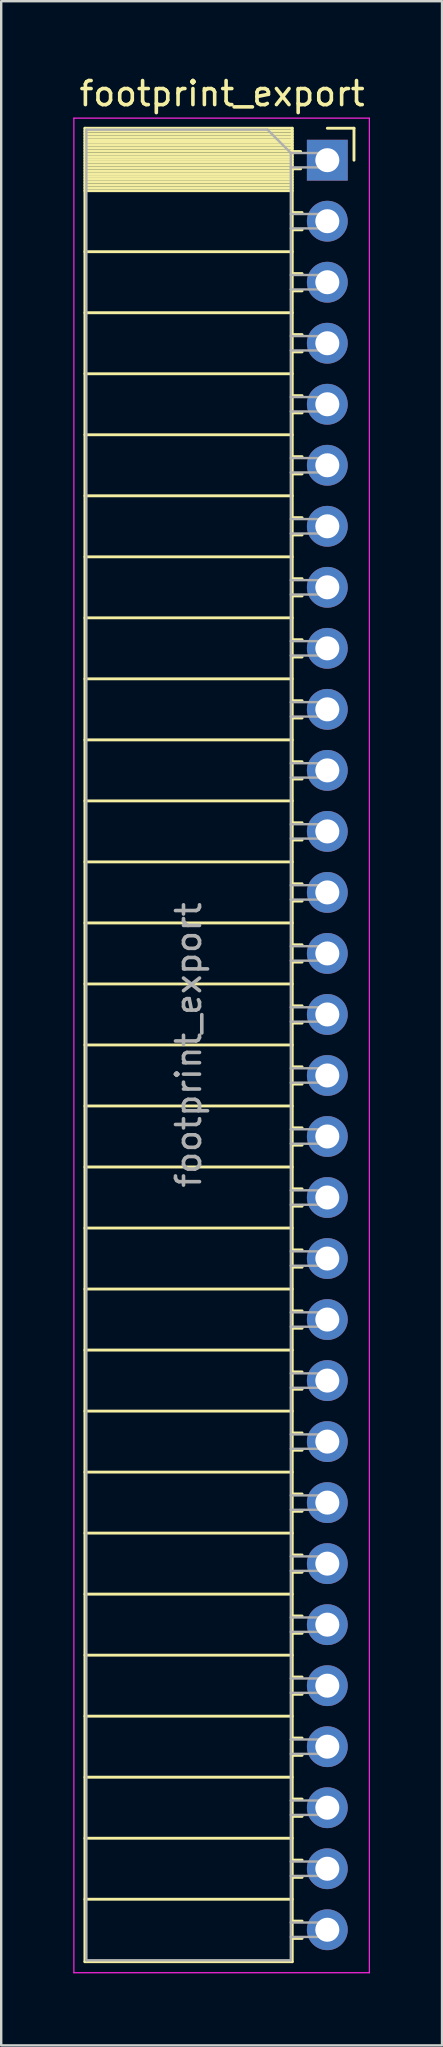
<source format=kicad_pcb>
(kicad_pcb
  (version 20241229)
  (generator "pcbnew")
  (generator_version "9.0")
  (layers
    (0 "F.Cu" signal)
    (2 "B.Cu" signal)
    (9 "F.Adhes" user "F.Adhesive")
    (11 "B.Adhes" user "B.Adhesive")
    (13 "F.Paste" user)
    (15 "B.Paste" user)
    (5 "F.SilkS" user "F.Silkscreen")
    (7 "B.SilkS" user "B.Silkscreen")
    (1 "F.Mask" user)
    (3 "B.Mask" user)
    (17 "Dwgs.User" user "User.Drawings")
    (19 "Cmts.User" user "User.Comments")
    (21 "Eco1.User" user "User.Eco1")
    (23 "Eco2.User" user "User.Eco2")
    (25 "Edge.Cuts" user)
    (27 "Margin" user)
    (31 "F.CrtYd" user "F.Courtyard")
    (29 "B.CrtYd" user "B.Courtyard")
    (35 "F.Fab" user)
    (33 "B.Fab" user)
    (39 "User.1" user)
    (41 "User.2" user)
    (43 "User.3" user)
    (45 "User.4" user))
  (footprint "footprint_export"
    (layer "F.Cu")
    (at 10.575 3.618)
    (property "Reference" "footprint_export" (at -4.38 -2.77 0) (layer "F.SilkS") (effects (font (size 1 1) (thickness 0.15))))
    (attr through_hole)
    (fp_line (start -10.09 -1.33) (end -10.09 74.99) (stroke (width 0.12) (type solid)) (layer "F.SilkS"))
    (fp_line (start -10.09 -1.33) (end -1.46 -1.33) (stroke (width 0.12) (type solid)) (layer "F.SilkS"))
    (fp_line (start -10.09 -1.21) (end -1.46 -1.21) (stroke (width 0.12) (type solid)) (layer "F.SilkS"))
    (fp_line (start -10.09 -1.092) (end -1.46 -1.092) (stroke (width 0.12) (type solid)) (layer "F.SilkS"))
    (fp_line (start -10.09 -0.974) (end -1.46 -0.974) (stroke (width 0.12) (type solid)) (layer "F.SilkS"))
    (fp_line (start -10.09 -0.856) (end -1.46 -0.856) (stroke (width 0.12) (type solid)) (layer "F.SilkS"))
    (fp_line (start -10.09 -0.738) (end -1.46 -0.738) (stroke (width 0.12) (type solid)) (layer "F.SilkS"))
    (fp_line (start -10.09 -0.62) (end -1.46 -0.62) (stroke (width 0.12) (type solid)) (layer "F.SilkS"))
    (fp_line (start -10.09 -0.501) (end -1.46 -0.501) (stroke (width 0.12) (type solid)) (layer "F.SilkS"))
    (fp_line (start -10.09 -0.383) (end -1.46 -0.383) (stroke (width 0.12) (type solid)) (layer "F.SilkS"))
    (fp_line (start -10.09 -0.265) (end -1.46 -0.265) (stroke (width 0.12) (type solid)) (layer "F.SilkS"))
    (fp_line (start -10.09 -0.147) (end -1.46 -0.147) (stroke (width 0.12) (type solid)) (layer "F.SilkS"))
    (fp_line (start -10.09 -0.029) (end -1.46 -0.029) (stroke (width 0.12) (type solid)) (layer "F.SilkS"))
    (fp_line (start -10.09 0.089) (end -1.46 0.089) (stroke (width 0.12) (type solid)) (layer "F.SilkS"))
    (fp_line (start -10.09 0.207) (end -1.46 0.207) (stroke (width 0.12) (type solid)) (layer "F.SilkS"))
    (fp_line (start -10.09 0.325) (end -1.46 0.325) (stroke (width 0.12) (type solid)) (layer "F.SilkS"))
    (fp_line (start -10.09 0.443) (end -1.46 0.443) (stroke (width 0.12) (type solid)) (layer "F.SilkS"))
    (fp_line (start -10.09 0.561) (end -1.46 0.561) (stroke (width 0.12) (type solid)) (layer "F.SilkS"))
    (fp_line (start -10.09 0.68) (end -1.46 0.68) (stroke (width 0.12) (type solid)) (layer "F.SilkS"))
    (fp_line (start -10.09 0.798) (end -1.46 0.798) (stroke (width 0.12) (type solid)) (layer "F.SilkS"))
    (fp_line (start -10.09 0.916) (end -1.46 0.916) (stroke (width 0.12) (type solid)) (layer "F.SilkS"))
    (fp_line (start -10.09 1.034) (end -1.46 1.034) (stroke (width 0.12) (type solid)) (layer "F.SilkS"))
    (fp_line (start -10.09 1.152) (end -1.46 1.152) (stroke (width 0.12) (type solid)) (layer "F.SilkS"))
    (fp_line (start -10.09 1.27) (end -1.46 1.27) (stroke (width 0.12) (type solid)) (layer "F.SilkS"))
    (fp_line (start -10.09 3.81) (end -1.46 3.81) (stroke (width 0.12) (type solid)) (layer "F.SilkS"))
    (fp_line (start -10.09 6.35) (end -1.46 6.35) (stroke (width 0.12) (type solid)) (layer "F.SilkS"))
    (fp_line (start -10.09 8.89) (end -1.46 8.89) (stroke (width 0.12) (type solid)) (layer "F.SilkS"))
    (fp_line (start -10.09 11.43) (end -1.46 11.43) (stroke (width 0.12) (type solid)) (layer "F.SilkS"))
    (fp_line (start -10.09 13.97) (end -1.46 13.97) (stroke (width 0.12) (type solid)) (layer "F.SilkS"))
    (fp_line (start -10.09 16.51) (end -1.46 16.51) (stroke (width 0.12) (type solid)) (layer "F.SilkS"))
    (fp_line (start -10.09 19.05) (end -1.46 19.05) (stroke (width 0.12) (type solid)) (layer "F.SilkS"))
    (fp_line (start -10.09 21.59) (end -1.46 21.59) (stroke (width 0.12) (type solid)) (layer "F.SilkS"))
    (fp_line (start -10.09 24.13) (end -1.46 24.13) (stroke (width 0.12) (type solid)) (layer "F.SilkS"))
    (fp_line (start -10.09 26.67) (end -1.46 26.67) (stroke (width 0.12) (type solid)) (layer "F.SilkS"))
    (fp_line (start -10.09 29.21) (end -1.46 29.21) (stroke (width 0.12) (type solid)) (layer "F.SilkS"))
    (fp_line (start -10.09 31.75) (end -1.46 31.75) (stroke (width 0.12) (type solid)) (layer "F.SilkS"))
    (fp_line (start -10.09 34.29) (end -1.46 34.29) (stroke (width 0.12) (type solid)) (layer "F.SilkS"))
    (fp_line (start -10.09 36.83) (end -1.46 36.83) (stroke (width 0.12) (type solid)) (layer "F.SilkS"))
    (fp_line (start -10.09 39.37) (end -1.46 39.37) (stroke (width 0.12) (type solid)) (layer "F.SilkS"))
    (fp_line (start -10.09 41.91) (end -1.46 41.91) (stroke (width 0.12) (type solid)) (layer "F.SilkS"))
    (fp_line (start -10.09 44.45) (end -1.46 44.45) (stroke (width 0.12) (type solid)) (layer "F.SilkS"))
    (fp_line (start -10.09 46.99) (end -1.46 46.99) (stroke (width 0.12) (type solid)) (layer "F.SilkS"))
    (fp_line (start -10.09 49.53) (end -1.46 49.53) (stroke (width 0.12) (type solid)) (layer "F.SilkS"))
    (fp_line (start -10.09 52.07) (end -1.46 52.07) (stroke (width 0.12) (type solid)) (layer "F.SilkS"))
    (fp_line (start -10.09 54.61) (end -1.46 54.61) (stroke (width 0.12) (type solid)) (layer "F.SilkS"))
    (fp_line (start -10.09 57.15) (end -1.46 57.15) (stroke (width 0.12) (type solid)) (layer "F.SilkS"))
    (fp_line (start -10.09 59.69) (end -1.46 59.69) (stroke (width 0.12) (type solid)) (layer "F.SilkS"))
    (fp_line (start -10.09 62.23) (end -1.46 62.23) (stroke (width 0.12) (type solid)) (layer "F.SilkS"))
    (fp_line (start -10.09 64.77) (end -1.46 64.77) (stroke (width 0.12) (type solid)) (layer "F.SilkS"))
    (fp_line (start -10.09 67.31) (end -1.46 67.31) (stroke (width 0.12) (type solid)) (layer "F.SilkS"))
    (fp_line (start -10.09 69.85) (end -1.46 69.85) (stroke (width 0.12) (type solid)) (layer "F.SilkS"))
    (fp_line (start -10.09 72.39) (end -1.46 72.39) (stroke (width 0.12) (type solid)) (layer "F.SilkS"))
    (fp_line (start -10.09 74.99) (end -1.46 74.99) (stroke (width 0.12) (type solid)) (layer "F.SilkS"))
    (fp_line (start -1.46 -1.33) (end -1.46 74.99) (stroke (width 0.12) (type solid)) (layer "F.SilkS"))
    (fp_line (start -1.46 -0.36) (end -1.11 -0.36) (stroke (width 0.12) (type solid)) (layer "F.SilkS"))
    (fp_line (start -1.46 0.36) (end -1.11 0.36) (stroke (width 0.12) (type solid)) (layer "F.SilkS"))
    (fp_line (start -1.46 2.18) (end -1.05 2.18) (stroke (width 0.12) (type solid)) (layer "F.SilkS"))
    (fp_line (start -1.46 2.9) (end -1.05 2.9) (stroke (width 0.12) (type solid)) (layer "F.SilkS"))
    (fp_line (start -1.46 4.72) (end -1.05 4.72) (stroke (width 0.12) (type solid)) (layer "F.SilkS"))
    (fp_line (start -1.46 5.44) (end -1.05 5.44) (stroke (width 0.12) (type solid)) (layer "F.SilkS"))
    (fp_line (start -1.46 7.26) (end -1.05 7.26) (stroke (width 0.12) (type solid)) (layer "F.SilkS"))
    (fp_line (start -1.46 7.98) (end -1.05 7.98) (stroke (width 0.12) (type solid)) (layer "F.SilkS"))
    (fp_line (start -1.46 9.8) (end -1.05 9.8) (stroke (width 0.12) (type solid)) (layer "F.SilkS"))
    (fp_line (start -1.46 10.52) (end -1.05 10.52) (stroke (width 0.12) (type solid)) (layer "F.SilkS"))
    (fp_line (start -1.46 12.34) (end -1.05 12.34) (stroke (width 0.12) (type solid)) (layer "F.SilkS"))
    (fp_line (start -1.46 13.06) (end -1.05 13.06) (stroke (width 0.12) (type solid)) (layer "F.SilkS"))
    (fp_line (start -1.46 14.88) (end -1.05 14.88) (stroke (width 0.12) (type solid)) (layer "F.SilkS"))
    (fp_line (start -1.46 15.6) (end -1.05 15.6) (stroke (width 0.12) (type solid)) (layer "F.SilkS"))
    (fp_line (start -1.46 17.42) (end -1.05 17.42) (stroke (width 0.12) (type solid)) (layer "F.SilkS"))
    (fp_line (start -1.46 18.14) (end -1.05 18.14) (stroke (width 0.12) (type solid)) (layer "F.SilkS"))
    (fp_line (start -1.46 19.96) (end -1.05 19.96) (stroke (width 0.12) (type solid)) (layer "F.SilkS"))
    (fp_line (start -1.46 20.68) (end -1.05 20.68) (stroke (width 0.12) (type solid)) (layer "F.SilkS"))
    (fp_line (start -1.46 22.5) (end -1.05 22.5) (stroke (width 0.12) (type solid)) (layer "F.SilkS"))
    (fp_line (start -1.46 23.22) (end -1.05 23.22) (stroke (width 0.12) (type solid)) (layer "F.SilkS"))
    (fp_line (start -1.46 25.04) (end -1.05 25.04) (stroke (width 0.12) (type solid)) (layer "F.SilkS"))
    (fp_line (start -1.46 25.76) (end -1.05 25.76) (stroke (width 0.12) (type solid)) (layer "F.SilkS"))
    (fp_line (start -1.46 27.58) (end -1.05 27.58) (stroke (width 0.12) (type solid)) (layer "F.SilkS"))
    (fp_line (start -1.46 28.3) (end -1.05 28.3) (stroke (width 0.12) (type solid)) (layer "F.SilkS"))
    (fp_line (start -1.46 30.12) (end -1.05 30.12) (stroke (width 0.12) (type solid)) (layer "F.SilkS"))
    (fp_line (start -1.46 30.84) (end -1.05 30.84) (stroke (width 0.12) (type solid)) (layer "F.SilkS"))
    (fp_line (start -1.46 32.66) (end -1.05 32.66) (stroke (width 0.12) (type solid)) (layer "F.SilkS"))
    (fp_line (start -1.46 33.38) (end -1.05 33.38) (stroke (width 0.12) (type solid)) (layer "F.SilkS"))
    (fp_line (start -1.46 35.2) (end -1.05 35.2) (stroke (width 0.12) (type solid)) (layer "F.SilkS"))
    (fp_line (start -1.46 35.92) (end -1.05 35.92) (stroke (width 0.12) (type solid)) (layer "F.SilkS"))
    (fp_line (start -1.46 37.74) (end -1.05 37.74) (stroke (width 0.12) (type solid)) (layer "F.SilkS"))
    (fp_line (start -1.46 38.46) (end -1.05 38.46) (stroke (width 0.12) (type solid)) (layer "F.SilkS"))
    (fp_line (start -1.46 40.28) (end -1.05 40.28) (stroke (width 0.12) (type solid)) (layer "F.SilkS"))
    (fp_line (start -1.46 41) (end -1.05 41) (stroke (width 0.12) (type solid)) (layer "F.SilkS"))
    (fp_line (start -1.46 42.82) (end -1.05 42.82) (stroke (width 0.12) (type solid)) (layer "F.SilkS"))
    (fp_line (start -1.46 43.54) (end -1.05 43.54) (stroke (width 0.12) (type solid)) (layer "F.SilkS"))
    (fp_line (start -1.46 45.36) (end -1.05 45.36) (stroke (width 0.12) (type solid)) (layer "F.SilkS"))
    (fp_line (start -1.46 46.08) (end -1.05 46.08) (stroke (width 0.12) (type solid)) (layer "F.SilkS"))
    (fp_line (start -1.46 47.9) (end -1.05 47.9) (stroke (width 0.12) (type solid)) (layer "F.SilkS"))
    (fp_line (start -1.46 48.62) (end -1.05 48.62) (stroke (width 0.12) (type solid)) (layer "F.SilkS"))
    (fp_line (start -1.46 50.44) (end -1.05 50.44) (stroke (width 0.12) (type solid)) (layer "F.SilkS"))
    (fp_line (start -1.46 51.16) (end -1.05 51.16) (stroke (width 0.12) (type solid)) (layer "F.SilkS"))
    (fp_line (start -1.46 52.98) (end -1.05 52.98) (stroke (width 0.12) (type solid)) (layer "F.SilkS"))
    (fp_line (start -1.46 53.7) (end -1.05 53.7) (stroke (width 0.12) (type solid)) (layer "F.SilkS"))
    (fp_line (start -1.46 55.52) (end -1.05 55.52) (stroke (width 0.12) (type solid)) (layer "F.SilkS"))
    (fp_line (start -1.46 56.24) (end -1.05 56.24) (stroke (width 0.12) (type solid)) (layer "F.SilkS"))
    (fp_line (start -1.46 58.06) (end -1.05 58.06) (stroke (width 0.12) (type solid)) (layer "F.SilkS"))
    (fp_line (start -1.46 58.78) (end -1.05 58.78) (stroke (width 0.12) (type solid)) (layer "F.SilkS"))
    (fp_line (start -1.46 60.6) (end -1.05 60.6) (stroke (width 0.12) (type solid)) (layer "F.SilkS"))
    (fp_line (start -1.46 61.32) (end -1.05 61.32) (stroke (width 0.12) (type solid)) (layer "F.SilkS"))
    (fp_line (start -1.46 63.14) (end -1.05 63.14) (stroke (width 0.12) (type solid)) (layer "F.SilkS"))
    (fp_line (start -1.46 63.86) (end -1.05 63.86) (stroke (width 0.12) (type solid)) (layer "F.SilkS"))
    (fp_line (start -1.46 65.68) (end -1.05 65.68) (stroke (width 0.12) (type solid)) (layer "F.SilkS"))
    (fp_line (start -1.46 66.4) (end -1.05 66.4) (stroke (width 0.12) (type solid)) (layer "F.SilkS"))
    (fp_line (start -1.46 68.22) (end -1.05 68.22) (stroke (width 0.12) (type solid)) (layer "F.SilkS"))
    (fp_line (start -1.46 68.94) (end -1.05 68.94) (stroke (width 0.12) (type solid)) (layer "F.SilkS"))
    (fp_line (start -1.46 70.76) (end -1.05 70.76) (stroke (width 0.12) (type solid)) (layer "F.SilkS"))
    (fp_line (start -1.46 71.48) (end -1.05 71.48) (stroke (width 0.12) (type solid)) (layer "F.SilkS"))
    (fp_line (start -1.46 73.3) (end -1.05 73.3) (stroke (width 0.12) (type solid)) (layer "F.SilkS"))
    (fp_line (start -1.46 74.02) (end -1.05 74.02) (stroke (width 0.12) (type solid)) (layer "F.SilkS"))
    (fp_line (start 0 -1.33) (end 1.11 -1.33) (stroke (width 0.12) (type solid)) (layer "F.SilkS"))
    (fp_line (start 1.11 -1.33) (end 1.11 0) (stroke (width 0.12) (type solid)) (layer "F.SilkS"))
    (fp_line (start -10.55 -1.75) (end -10.55 75.45) (stroke (width 0.05) (type solid)) (layer "F.CrtYd"))
    (fp_line (start -10.55 75.45) (end 1.75 75.45) (stroke (width 0.05) (type solid)) (layer "F.CrtYd"))
    (fp_line (start 1.75 -1.75) (end -10.55 -1.75) (stroke (width 0.05) (type solid)) (layer "F.CrtYd"))
    (fp_line (start 1.75 75.45) (end 1.75 -1.75) (stroke (width 0.05) (type solid)) (layer "F.CrtYd"))
    (fp_line (start -10.03 -1.27) (end -2.49 -1.27) (stroke (width 0.1) (type solid)) (layer "F.Fab"))
    (fp_line (start -10.03 74.93) (end -10.03 -1.27) (stroke (width 0.1) (type solid)) (layer "F.Fab"))
    (fp_line (start -2.49 -1.27) (end -1.52 -0.3) (stroke (width 0.1) (type solid)) (layer "F.Fab"))
    (fp_line (start -1.52 -0.3) (end -1.52 74.93) (stroke (width 0.1) (type solid)) (layer "F.Fab"))
    (fp_line (start -1.52 0.3) (end 0 0.3) (stroke (width 0.1) (type solid)) (layer "F.Fab"))
    (fp_line (start -1.52 2.84) (end 0 2.84) (stroke (width 0.1) (type solid)) (layer "F.Fab"))
    (fp_line (start -1.52 5.38) (end 0 5.38) (stroke (width 0.1) (type solid)) (layer "F.Fab"))
    (fp_line (start -1.52 7.92) (end 0 7.92) (stroke (width 0.1) (type solid)) (layer "F.Fab"))
    (fp_line (start -1.52 10.46) (end 0 10.46) (stroke (width 0.1) (type solid)) (layer "F.Fab"))
    (fp_line (start -1.52 13) (end 0 13) (stroke (width 0.1) (type solid)) (layer "F.Fab"))
    (fp_line (start -1.52 15.54) (end 0 15.54) (stroke (width 0.1) (type solid)) (layer "F.Fab"))
    (fp_line (start -1.52 18.08) (end 0 18.08) (stroke (width 0.1) (type solid)) (layer "F.Fab"))
    (fp_line (start -1.52 20.62) (end 0 20.62) (stroke (width 0.1) (type solid)) (layer "F.Fab"))
    (fp_line (start -1.52 23.16) (end 0 23.16) (stroke (width 0.1) (type solid)) (layer "F.Fab"))
    (fp_line (start -1.52 25.7) (end 0 25.7) (stroke (width 0.1) (type solid)) (layer "F.Fab"))
    (fp_line (start -1.52 28.24) (end 0 28.24) (stroke (width 0.1) (type solid)) (layer "F.Fab"))
    (fp_line (start -1.52 30.78) (end 0 30.78) (stroke (width 0.1) (type solid)) (layer "F.Fab"))
    (fp_line (start -1.52 33.32) (end 0 33.32) (stroke (width 0.1) (type solid)) (layer "F.Fab"))
    (fp_line (start -1.52 35.86) (end 0 35.86) (stroke (width 0.1) (type solid)) (layer "F.Fab"))
    (fp_line (start -1.52 38.4) (end 0 38.4) (stroke (width 0.1) (type solid)) (layer "F.Fab"))
    (fp_line (start -1.52 40.94) (end 0 40.94) (stroke (width 0.1) (type solid)) (layer "F.Fab"))
    (fp_line (start -1.52 43.48) (end 0 43.48) (stroke (width 0.1) (type solid)) (layer "F.Fab"))
    (fp_line (start -1.52 46.02) (end 0 46.02) (stroke (width 0.1) (type solid)) (layer "F.Fab"))
    (fp_line (start -1.52 48.56) (end 0 48.56) (stroke (width 0.1) (type solid)) (layer "F.Fab"))
    (fp_line (start -1.52 51.1) (end 0 51.1) (stroke (width 0.1) (type solid)) (layer "F.Fab"))
    (fp_line (start -1.52 53.64) (end 0 53.64) (stroke (width 0.1) (type solid)) (layer "F.Fab"))
    (fp_line (start -1.52 56.18) (end 0 56.18) (stroke (width 0.1) (type solid)) (layer "F.Fab"))
    (fp_line (start -1.52 58.72) (end 0 58.72) (stroke (width 0.1) (type solid)) (layer "F.Fab"))
    (fp_line (start -1.52 61.26) (end 0 61.26) (stroke (width 0.1) (type solid)) (layer "F.Fab"))
    (fp_line (start -1.52 63.8) (end 0 63.8) (stroke (width 0.1) (type solid)) (layer "F.Fab"))
    (fp_line (start -1.52 66.34) (end 0 66.34) (stroke (width 0.1) (type solid)) (layer "F.Fab"))
    (fp_line (start -1.52 68.88) (end 0 68.88) (stroke (width 0.1) (type solid)) (layer "F.Fab"))
    (fp_line (start -1.52 71.42) (end 0 71.42) (stroke (width 0.1) (type solid)) (layer "F.Fab"))
    (fp_line (start -1.52 73.96) (end 0 73.96) (stroke (width 0.1) (type solid)) (layer "F.Fab"))
    (fp_line (start -1.52 74.93) (end -10.03 74.93) (stroke (width 0.1) (type solid)) (layer "F.Fab"))
    (fp_line (start 0 -0.3) (end -1.52 -0.3) (stroke (width 0.1) (type solid)) (layer "F.Fab"))
    (fp_line (start 0 0.3) (end 0 -0.3) (stroke (width 0.1) (type solid)) (layer "F.Fab"))
    (fp_line (start 0 2.24) (end -1.52 2.24) (stroke (width 0.1) (type solid)) (layer "F.Fab"))
    (fp_line (start 0 2.84) (end 0 2.24) (stroke (width 0.1) (type solid)) (layer "F.Fab"))
    (fp_line (start 0 4.78) (end -1.52 4.78) (stroke (width 0.1) (type solid)) (layer "F.Fab"))
    (fp_line (start 0 5.38) (end 0 4.78) (stroke (width 0.1) (type solid)) (layer "F.Fab"))
    (fp_line (start 0 7.32) (end -1.52 7.32) (stroke (width 0.1) (type solid)) (layer "F.Fab"))
    (fp_line (start 0 7.92) (end 0 7.32) (stroke (width 0.1) (type solid)) (layer "F.Fab"))
    (fp_line (start 0 9.86) (end -1.52 9.86) (stroke (width 0.1) (type solid)) (layer "F.Fab"))
    (fp_line (start 0 10.46) (end 0 9.86) (stroke (width 0.1) (type solid)) (layer "F.Fab"))
    (fp_line (start 0 12.4) (end -1.52 12.4) (stroke (width 0.1) (type solid)) (layer "F.Fab"))
    (fp_line (start 0 13) (end 0 12.4) (stroke (width 0.1) (type solid)) (layer "F.Fab"))
    (fp_line (start 0 14.94) (end -1.52 14.94) (stroke (width 0.1) (type solid)) (layer "F.Fab"))
    (fp_line (start 0 15.54) (end 0 14.94) (stroke (width 0.1) (type solid)) (layer "F.Fab"))
    (fp_line (start 0 17.48) (end -1.52 17.48) (stroke (width 0.1) (type solid)) (layer "F.Fab"))
    (fp_line (start 0 18.08) (end 0 17.48) (stroke (width 0.1) (type solid)) (layer "F.Fab"))
    (fp_line (start 0 20.02) (end -1.52 20.02) (stroke (width 0.1) (type solid)) (layer "F.Fab"))
    (fp_line (start 0 20.62) (end 0 20.02) (stroke (width 0.1) (type solid)) (layer "F.Fab"))
    (fp_line (start 0 22.56) (end -1.52 22.56) (stroke (width 0.1) (type solid)) (layer "F.Fab"))
    (fp_line (start 0 23.16) (end 0 22.56) (stroke (width 0.1) (type solid)) (layer "F.Fab"))
    (fp_line (start 0 25.1) (end -1.52 25.1) (stroke (width 0.1) (type solid)) (layer "F.Fab"))
    (fp_line (start 0 25.7) (end 0 25.1) (stroke (width 0.1) (type solid)) (layer "F.Fab"))
    (fp_line (start 0 27.64) (end -1.52 27.64) (stroke (width 0.1) (type solid)) (layer "F.Fab"))
    (fp_line (start 0 28.24) (end 0 27.64) (stroke (width 0.1) (type solid)) (layer "F.Fab"))
    (fp_line (start 0 30.18) (end -1.52 30.18) (stroke (width 0.1) (type solid)) (layer "F.Fab"))
    (fp_line (start 0 30.78) (end 0 30.18) (stroke (width 0.1) (type solid)) (layer "F.Fab"))
    (fp_line (start 0 32.72) (end -1.52 32.72) (stroke (width 0.1) (type solid)) (layer "F.Fab"))
    (fp_line (start 0 33.32) (end 0 32.72) (stroke (width 0.1) (type solid)) (layer "F.Fab"))
    (fp_line (start 0 35.26) (end -1.52 35.26) (stroke (width 0.1) (type solid)) (layer "F.Fab"))
    (fp_line (start 0 35.86) (end 0 35.26) (stroke (width 0.1) (type solid)) (layer "F.Fab"))
    (fp_line (start 0 37.8) (end -1.52 37.8) (stroke (width 0.1) (type solid)) (layer "F.Fab"))
    (fp_line (start 0 38.4) (end 0 37.8) (stroke (width 0.1) (type solid)) (layer "F.Fab"))
    (fp_line (start 0 40.34) (end -1.52 40.34) (stroke (width 0.1) (type solid)) (layer "F.Fab"))
    (fp_line (start 0 40.94) (end 0 40.34) (stroke (width 0.1) (type solid)) (layer "F.Fab"))
    (fp_line (start 0 42.88) (end -1.52 42.88) (stroke (width 0.1) (type solid)) (layer "F.Fab"))
    (fp_line (start 0 43.48) (end 0 42.88) (stroke (width 0.1) (type solid)) (layer "F.Fab"))
    (fp_line (start 0 45.42) (end -1.52 45.42) (stroke (width 0.1) (type solid)) (layer "F.Fab"))
    (fp_line (start 0 46.02) (end 0 45.42) (stroke (width 0.1) (type solid)) (layer "F.Fab"))
    (fp_line (start 0 47.96) (end -1.52 47.96) (stroke (width 0.1) (type solid)) (layer "F.Fab"))
    (fp_line (start 0 48.56) (end 0 47.96) (stroke (width 0.1) (type solid)) (layer "F.Fab"))
    (fp_line (start 0 50.5) (end -1.52 50.5) (stroke (width 0.1) (type solid)) (layer "F.Fab"))
    (fp_line (start 0 51.1) (end 0 50.5) (stroke (width 0.1) (type solid)) (layer "F.Fab"))
    (fp_line (start 0 53.04) (end -1.52 53.04) (stroke (width 0.1) (type solid)) (layer "F.Fab"))
    (fp_line (start 0 53.64) (end 0 53.04) (stroke (width 0.1) (type solid)) (layer "F.Fab"))
    (fp_line (start 0 55.58) (end -1.52 55.58) (stroke (width 0.1) (type solid)) (layer "F.Fab"))
    (fp_line (start 0 56.18) (end 0 55.58) (stroke (width 0.1) (type solid)) (layer "F.Fab"))
    (fp_line (start 0 58.12) (end -1.52 58.12) (stroke (width 0.1) (type solid)) (layer "F.Fab"))
    (fp_line (start 0 58.72) (end 0 58.12) (stroke (width 0.1) (type solid)) (layer "F.Fab"))
    (fp_line (start 0 60.66) (end -1.52 60.66) (stroke (width 0.1) (type solid)) (layer "F.Fab"))
    (fp_line (start 0 61.26) (end 0 60.66) (stroke (width 0.1) (type solid)) (layer "F.Fab"))
    (fp_line (start 0 63.2) (end -1.52 63.2) (stroke (width 0.1) (type solid)) (layer "F.Fab"))
    (fp_line (start 0 63.8) (end 0 63.2) (stroke (width 0.1) (type solid)) (layer "F.Fab"))
    (fp_line (start 0 65.74) (end -1.52 65.74) (stroke (width 0.1) (type solid)) (layer "F.Fab"))
    (fp_line (start 0 66.34) (end 0 65.74) (stroke (width 0.1) (type solid)) (layer "F.Fab"))
    (fp_line (start 0 68.28) (end -1.52 68.28) (stroke (width 0.1) (type solid)) (layer "F.Fab"))
    (fp_line (start 0 68.88) (end 0 68.28) (stroke (width 0.1) (type solid)) (layer "F.Fab"))
    (fp_line (start 0 70.82) (end -1.52 70.82) (stroke (width 0.1) (type solid)) (layer "F.Fab"))
    (fp_line (start 0 71.42) (end 0 70.82) (stroke (width 0.1) (type solid)) (layer "F.Fab"))
    (fp_line (start 0 73.36) (end -1.52 73.36) (stroke (width 0.1) (type solid)) (layer "F.Fab"))
    (fp_line (start 0 73.96) (end 0 73.36) (stroke (width 0.1) (type solid)) (layer "F.Fab"))
    (fp_text user "${REFERENCE}" (at -5.775 36.83 90) (layer "F.Fab") (effects (font (size 1 1) (thickness 0.15))))
    (pad "1" thru_hole rect (at 0 0) (size 1.7 1.7) (drill 1) (layers "*.Cu" "*.Mask"))
    (pad "2" thru_hole oval (at 0 2.54) (size 1.7 1.7) (drill 1) (layers "*.Cu" "*.Mask"))
    (pad "3" thru_hole oval (at 0 5.08) (size 1.7 1.7) (drill 1) (layers "*.Cu" "*.Mask"))
    (pad "4" thru_hole oval (at 0 7.62) (size 1.7 1.7) (drill 1) (layers "*.Cu" "*.Mask"))
    (pad "5" thru_hole oval (at 0 10.16) (size 1.7 1.7) (drill 1) (layers "*.Cu" "*.Mask"))
    (pad "6" thru_hole oval (at 0 12.7) (size 1.7 1.7) (drill 1) (layers "*.Cu" "*.Mask"))
    (pad "7" thru_hole oval (at 0 15.24) (size 1.7 1.7) (drill 1) (layers "*.Cu" "*.Mask"))
    (pad "8" thru_hole oval (at 0 17.78) (size 1.7 1.7) (drill 1) (layers "*.Cu" "*.Mask"))
    (pad "9" thru_hole oval (at 0 20.32) (size 1.7 1.7) (drill 1) (layers "*.Cu" "*.Mask"))
    (pad "10" thru_hole oval (at 0 22.86) (size 1.7 1.7) (drill 1) (layers "*.Cu" "*.Mask"))
    (pad "11" thru_hole oval (at 0 25.4) (size 1.7 1.7) (drill 1) (layers "*.Cu" "*.Mask"))
    (pad "12" thru_hole oval (at 0 27.94) (size 1.7 1.7) (drill 1) (layers "*.Cu" "*.Mask"))
    (pad "13" thru_hole oval (at 0 30.48) (size 1.7 1.7) (drill 1) (layers "*.Cu" "*.Mask"))
    (pad "14" thru_hole oval (at 0 33.02) (size 1.7 1.7) (drill 1) (layers "*.Cu" "*.Mask"))
    (pad "15" thru_hole oval (at 0 35.56) (size 1.7 1.7) (drill 1) (layers "*.Cu" "*.Mask"))
    (pad "16" thru_hole oval (at 0 38.1) (size 1.7 1.7) (drill 1) (layers "*.Cu" "*.Mask"))
    (pad "17" thru_hole oval (at 0 40.64) (size 1.7 1.7) (drill 1) (layers "*.Cu" "*.Mask"))
    (pad "18" thru_hole oval (at 0 43.18) (size 1.7 1.7) (drill 1) (layers "*.Cu" "*.Mask"))
    (pad "19" thru_hole oval (at 0 45.72) (size 1.7 1.7) (drill 1) (layers "*.Cu" "*.Mask"))
    (pad "20" thru_hole oval (at 0 48.26) (size 1.7 1.7) (drill 1) (layers "*.Cu" "*.Mask"))
    (pad "21" thru_hole oval (at 0 50.8) (size 1.7 1.7) (drill 1) (layers "*.Cu" "*.Mask"))
    (pad "22" thru_hole oval (at 0 53.34) (size 1.7 1.7) (drill 1) (layers "*.Cu" "*.Mask"))
    (pad "23" thru_hole oval (at 0 55.88) (size 1.7 1.7) (drill 1) (layers "*.Cu" "*.Mask"))
    (pad "24" thru_hole oval (at 0 58.42) (size 1.7 1.7) (drill 1) (layers "*.Cu" "*.Mask"))
    (pad "25" thru_hole oval (at 0 60.96) (size 1.7 1.7) (drill 1) (layers "*.Cu" "*.Mask"))
    (pad "26" thru_hole oval (at 0 63.5) (size 1.7 1.7) (drill 1) (layers "*.Cu" "*.Mask"))
    (pad "27" thru_hole oval (at 0 66.04) (size 1.7 1.7) (drill 1) (layers "*.Cu" "*.Mask"))
    (pad "28" thru_hole oval (at 0 68.58) (size 1.7 1.7) (drill 1) (layers "*.Cu" "*.Mask"))
    (pad "29" thru_hole oval (at 0 71.12) (size 1.7 1.7) (drill 1) (layers "*.Cu" "*.Mask"))
    (pad "30" thru_hole oval (at 0 73.66) (size 1.7 1.7) (drill 1) (layers "*.Cu" "*.Mask")))
  (gr_rect
    (start -3 -3)
    (end 15.35 82.093)
    (stroke (width 0.1) (type default))
    (fill no)
    (layer "Edge.Cuts")))
</source>
